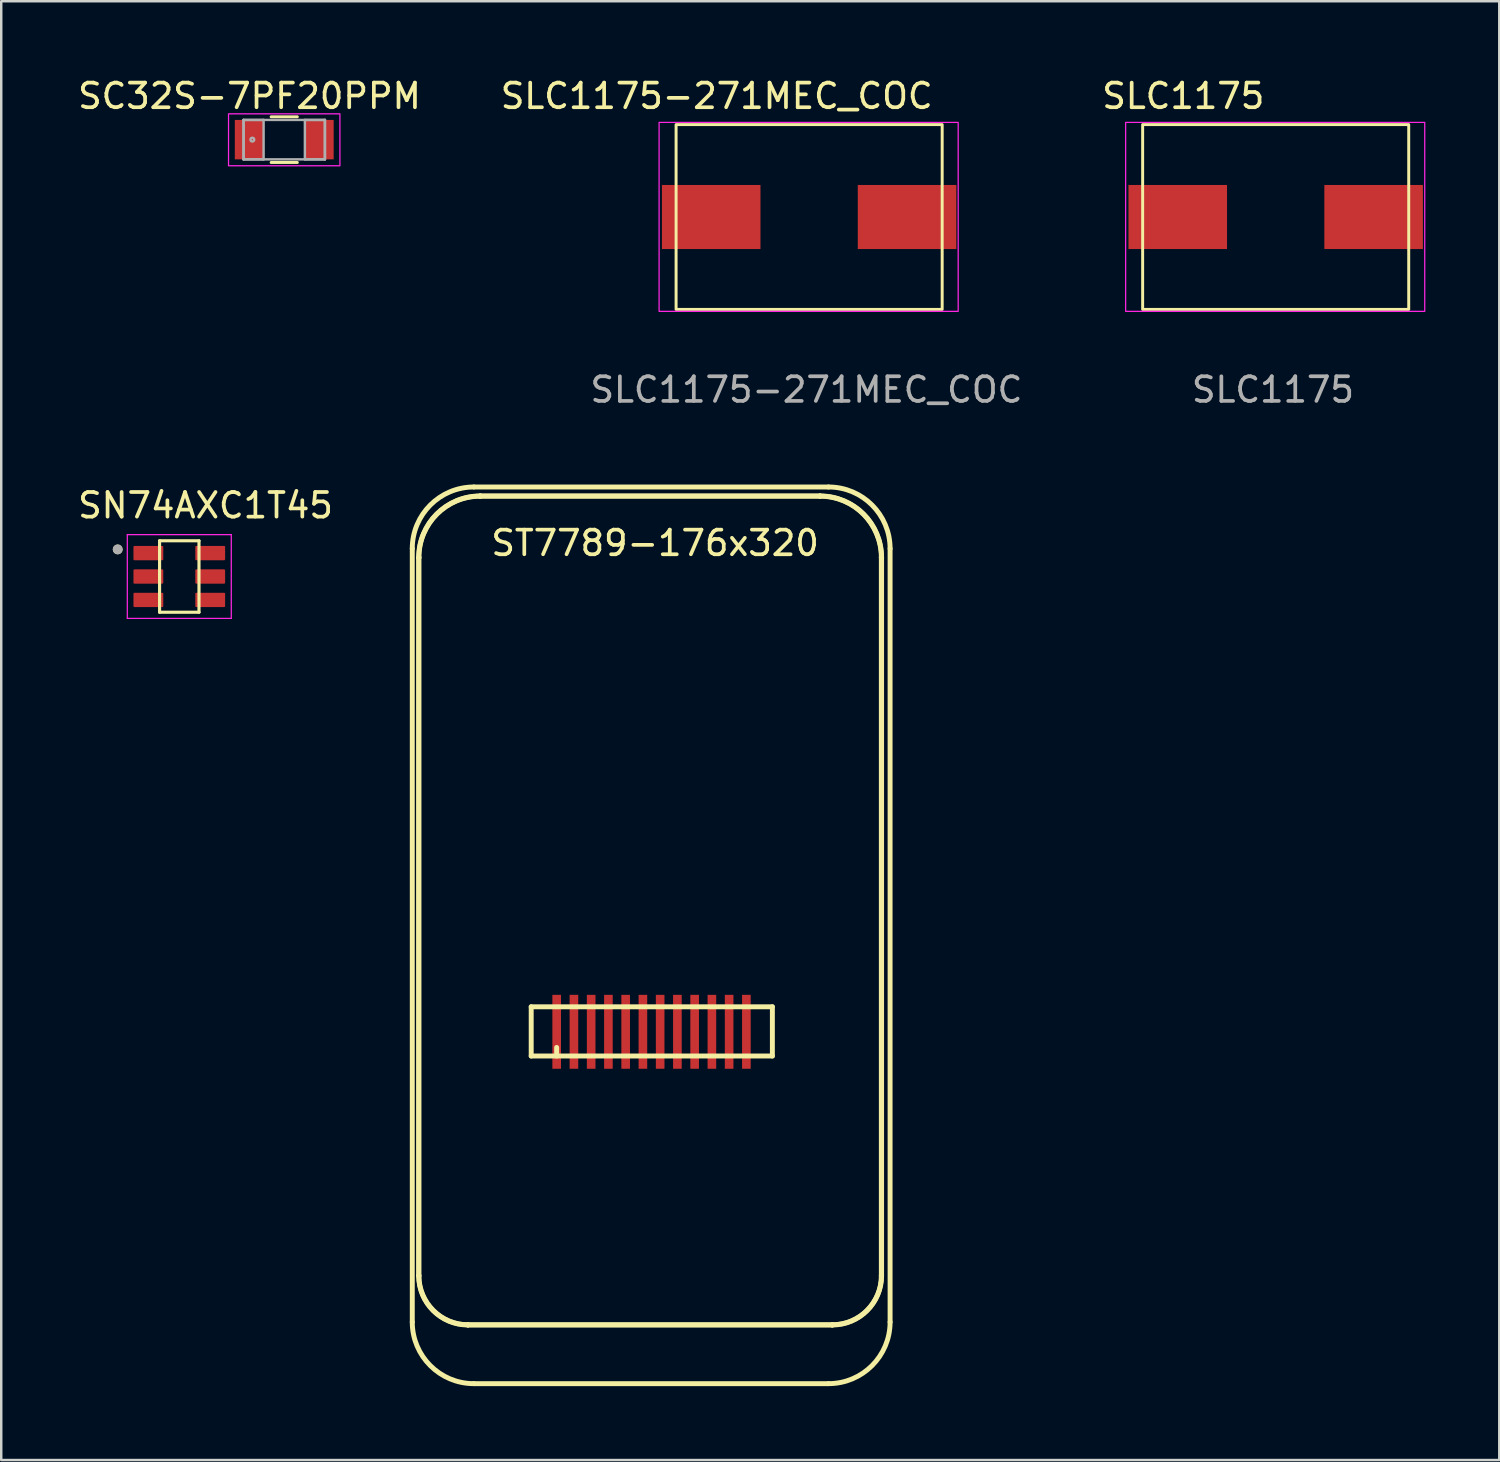
<source format=kicad_pcb>
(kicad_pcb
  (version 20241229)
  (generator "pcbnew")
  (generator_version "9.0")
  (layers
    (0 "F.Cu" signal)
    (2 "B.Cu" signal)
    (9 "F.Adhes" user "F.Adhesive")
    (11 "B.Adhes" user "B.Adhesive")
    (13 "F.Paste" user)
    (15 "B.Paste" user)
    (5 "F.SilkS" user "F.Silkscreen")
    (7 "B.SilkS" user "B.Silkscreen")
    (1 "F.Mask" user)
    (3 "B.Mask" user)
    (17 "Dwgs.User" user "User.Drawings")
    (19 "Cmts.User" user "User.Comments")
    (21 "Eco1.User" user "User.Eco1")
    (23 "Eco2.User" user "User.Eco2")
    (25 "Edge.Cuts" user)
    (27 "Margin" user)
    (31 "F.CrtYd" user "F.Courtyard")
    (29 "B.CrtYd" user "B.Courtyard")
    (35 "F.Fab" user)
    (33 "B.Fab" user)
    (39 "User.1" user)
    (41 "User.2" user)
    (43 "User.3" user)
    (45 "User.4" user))
  (footprint "ST7789-176x320"
    (layer "F.Cu")
    (at 23.456 42.219)
    (property "Reference" "ST7789-176x320" (at 0.084 -23.227 180) (layer "F.SilkS") (effects (font (size 1 1) (thickness 0.15))))
    (attr through_hole)
    (fp_line (start -9.772 -23.002) (end -9.772 8.392) (stroke (width 0.2) (type solid)) (layer "F.SilkS"))
    (fp_line (start -9.513 -22.639) (end -9.503 -22.639) (stroke (width 0.2) (type solid)) (layer "F.SilkS"))
    (fp_line (start -9.513 6.511) (end -9.513 -22.639) (stroke (width 0.2) (type solid)) (layer "F.SilkS"))
    (fp_line (start -9.503 -22.639) (end -9.503 6.511) (stroke (width 0.2) (type solid)) (layer "F.SilkS"))
    (fp_line (start -9.503 6.511) (end -9.513 6.511) (stroke (width 0.2) (type solid)) (layer "F.SilkS"))
    (fp_line (start -7.513 8.501) (end -7.513 8.511) (stroke (width 0.2) (type solid)) (layer "F.SilkS"))
    (fp_line (start -7.513 8.501) (end 7.277 8.501) (stroke (width 0.2) (type solid)) (layer "F.SilkS"))
    (fp_line (start -7.272 10.892) (end 7.122 10.892) (stroke (width 0.2) (type solid)) (layer "F.SilkS"))
    (fp_line (start -7.013 -25.139) (end -7.013 -25.129) (stroke (width 0.2) (type solid)) (layer "F.SilkS"))
    (fp_line (start -7.013 -25.139) (end 6.777 -25.139) (stroke (width 0.2) (type solid)) (layer "F.SilkS"))
    (fp_line (start -4.945 -4.405) (end -4.945 -2.406) (stroke (width 0.2) (type solid)) (layer "F.SilkS"))
    (fp_line (start -4.945 -4.405) (end 4.844 -4.405) (stroke (width 0.2) (type solid)) (layer "F.SilkS"))
    (fp_line (start -4.945 -2.406) (end 4.844 -2.406) (stroke (width 0.2) (type solid)) (layer "F.SilkS"))
    (fp_line (start -3.912 -2.406) (end -3.912 -2.754) (stroke (width 0.2) (type solid)) (layer "F.SilkS"))
    (fp_line (start 4.844 -4.405) (end 4.844 -2.406) (stroke (width 0.2) (type solid)) (layer "F.SilkS"))
    (fp_line (start 6.777 -25.139) (end 6.777 -25.129) (stroke (width 0.2) (type solid)) (layer "F.SilkS"))
    (fp_line (start 6.777 -25.129) (end -7.013 -25.129) (stroke (width 0.2) (type solid)) (layer "F.SilkS"))
    (fp_line (start 7.122 -25.502) (end -7.272 -25.502) (stroke (width 0.2) (type solid)) (layer "F.SilkS"))
    (fp_line (start 7.277 8.501) (end 7.277 8.511) (stroke (width 0.2) (type solid)) (layer "F.SilkS"))
    (fp_line (start 7.277 8.511) (end -7.513 8.511) (stroke (width 0.2) (type solid)) (layer "F.SilkS"))
    (fp_line (start 9.267 6.511) (end 9.267 -22.639) (stroke (width 0.2) (type solid)) (layer "F.SilkS"))
    (fp_line (start 9.267 6.511) (end 9.277 6.511) (stroke (width 0.2) (type solid)) (layer "F.SilkS"))
    (fp_line (start 9.277 -22.639) (end 9.267 -22.639) (stroke (width 0.2) (type solid)) (layer "F.SilkS"))
    (fp_line (start 9.277 -22.639) (end 9.277 6.511) (stroke (width 0.2) (type solid)) (layer "F.SilkS"))
    (fp_line (start 9.622 8.392) (end 9.622 -23.002) (stroke (width 0.2) (type solid)) (layer "F.SilkS"))
    (fp_arc (start -9.772351 -23.002297) (mid -9.040118 -24.770064) (end -7.272351 -25.502297) (stroke (width 0.2) (type solid)) (layer "F.SilkS"))
    (fp_arc (start -9.512575 -22.638944) (mid -8.780342 -24.40671) (end -7.012576 -25.138943) (stroke (width 0.2) (type solid)) (layer "F.SilkS"))
    (fp_arc (start -9.502575 -22.638944) (mid -8.773271 -24.399639) (end -7.012576 -25.128943) (stroke (width 0.2) (type solid)) (layer "F.SilkS"))
    (fp_arc (start -7.512576 8.501056) (mid -8.919718 7.918198) (end -9.502576 6.511056) (stroke (width 0.2) (type solid)) (layer "F.SilkS"))
    (fp_arc (start -7.512576 8.511056) (mid -8.92679 7.92527) (end -9.512576 6.511056) (stroke (width 0.2) (type solid)) (layer "F.SilkS"))
    (fp_arc (start -7.272351 10.892233) (mid -9.040118 10.16) (end -9.772351 8.392233) (stroke (width 0.2) (type solid)) (layer "F.SilkS"))
    (fp_arc (start 6.777424 -25.138944) (mid 8.545191 -24.406711) (end 9.277424 -22.638944) (stroke (width 0.2) (type solid)) (layer "F.SilkS"))
    (fp_arc (start 6.777424 -25.128944) (mid 8.53812 -24.39964) (end 9.267424 -22.638944) (stroke (width 0.2) (type solid)) (layer "F.SilkS"))
    (fp_arc (start 7.122233 -25.502297) (mid 8.89 -24.770064) (end 9.622233 -23.002297) (stroke (width 0.2) (type solid)) (layer "F.SilkS"))
    (fp_arc (start 9.267424 6.511056) (mid 8.684566 7.918198) (end 7.277424 8.501056) (stroke (width 0.2) (type solid)) (layer "F.SilkS"))
    (fp_arc (start 9.277424 6.511056) (mid 8.691638 7.92527) (end 7.277424 8.511056) (stroke (width 0.2) (type solid)) (layer "F.SilkS"))
    (fp_arc (start 9.622233 8.392233) (mid 8.89 10.16) (end 7.122233 10.892233) (stroke (width 0.2) (type solid)) (layer "F.SilkS"))
    (pad "1" smd rect (at 3.789 -3.389 180) (size 0.35 3) (layers "F.Cu" "F.Mask" "F.Paste"))
    (pad "2" smd rect (at 3.089 -3.389 180) (size 0.35 3) (layers "F.Cu" "F.Mask" "F.Paste"))
    (pad "3" smd rect (at 2.389 -3.389 180) (size 0.35 3) (layers "F.Cu" "F.Mask" "F.Paste"))
    (pad "4" smd rect (at 1.689 -3.389 180) (size 0.35 3) (layers "F.Cu" "F.Mask" "F.Paste"))
    (pad "5" smd rect (at 0.989 -3.389 180) (size 0.35 3) (layers "F.Cu" "F.Mask" "F.Paste"))
    (pad "6" smd rect (at 0.289 -3.389 180) (size 0.35 3) (layers "F.Cu" "F.Mask" "F.Paste"))
    (pad "7" smd rect (at -0.411 -3.389 180) (size 0.35 3) (layers "F.Cu" "F.Mask" "F.Paste"))
    (pad "8" smd rect (at -1.111 -3.389 180) (size 0.35 3) (layers "F.Cu" "F.Mask" "F.Paste"))
    (pad "9" smd rect (at -1.811 -3.389 180) (size 0.35 3) (layers "F.Cu" "F.Mask" "F.Paste"))
    (pad "10" smd rect (at -2.511 -3.389 180) (size 0.35 3) (layers "F.Cu" "F.Mask" "F.Paste"))
    (pad "11" smd rect (at -3.211 -3.389 180) (size 0.35 3) (layers "F.Cu" "F.Mask" "F.Paste"))
    (pad "12" smd rect (at -3.911 -3.389 180) (size 0.35 3) (layers "F.Cu" "F.Mask" "F.Paste")))
  (footprint "SLC1175-271MEC_COC"
    (layer "F.Cu")
    (at 29.792 5.758)
    (property "Reference" "SLC1175-271MEC_COC" (at -3.75 -4.91 0) (unlocked yes) (layer "F.SilkS") (effects (font (size 1 1) (thickness 0.15))))
    (attr smd)
    (fp_rect (start -5.4 -3.75) (end 5.4 3.75) (stroke (width 0.12) (type default)) (fill no) (layer "F.SilkS"))
    (fp_rect (start -6.09 -3.84) (end 6.05 3.83) (stroke (width 0.05) (type default)) (fill no) (layer "F.CrtYd"))
    (fp_text user "${REFERENCE}" (at -0.11 7.01 0) (unlocked yes) (layer "F.Fab") (effects (font (size 1 1) (thickness 0.15))))
    (pad "1" smd rect (at -3.975 0 90) (size 2.6 4) (layers "F.Cu" "F.Mask" "F.Paste"))
    (pad "2" smd rect (at 3.975 0 90) (size 2.6 4) (layers "F.Cu" "F.Mask" "F.Paste")))
  (footprint "SLC1175"
    (layer "F.Cu")
    (at 48.729 5.758)
    (property "Reference" "SLC1175" (at -3.75 -4.91 0) (unlocked yes) (layer "F.SilkS") (effects (font (size 1 1) (thickness 0.15))))
    (attr smd)
    (fp_rect (start -5.4 -3.75) (end 5.4 3.75) (stroke (width 0.12) (type default)) (fill no) (layer "F.SilkS"))
    (fp_rect (start -6.09 -3.84) (end 6.05 3.83) (stroke (width 0.05) (type default)) (fill no) (layer "F.CrtYd"))
    (fp_text user "${REFERENCE}" (at -0.11 7.01 0) (unlocked yes) (layer "F.Fab") (effects (font (size 1 1) (thickness 0.15))))
    (pad "1" smd rect (at -3.975 0 90) (size 2.6 4) (layers "F.Cu" "F.Mask" "F.Paste"))
    (pad "2" smd rect (at 3.975 0 90) (size 2.6 4) (layers "F.Cu" "F.Mask" "F.Paste")))
  (footprint "SC32S-7PF20PPM"
    (layer "F.Cu")
    (at 8.487 2.618)
    (property "Reference" "SC32S-7PF20PPM" (at -1.41 -1.77 0) (layer "F.SilkS") (effects (font (size 1 1) (thickness 0.15))))
    (attr through_hole)
    (fp_line (start -0.531 0.927) (end 0.531 0.927) (stroke (width 0.12) (type solid)) (layer "F.SilkS"))
    (fp_line (start 0.531 -0.927) (end -0.531 -0.927) (stroke (width 0.12) (type solid)) (layer "F.SilkS"))
    (fp_rect (start -2.261 -1.048) (end 2.26 1.06) (stroke (width 0.05) (type solid)) (fill no) (layer "F.CrtYd"))
    (fp_line (start -1.651 -0.8) (end -1.651 0.8) (stroke (width 0.1) (type solid)) (layer "F.Fab"))
    (fp_line (start -1.651 -0.8) (end -1.651 0.8) (stroke (width 0.1) (type solid)) (layer "F.Fab"))
    (fp_line (start -1.651 0.8) (end -0.838 0.8) (stroke (width 0.1) (type solid)) (layer "F.Fab"))
    (fp_line (start -1.651 0.8) (end 1.651 0.8) (stroke (width 0.1) (type solid)) (layer "F.Fab"))
    (fp_line (start -0.838 -0.8) (end -1.651 -0.8) (stroke (width 0.1) (type solid)) (layer "F.Fab"))
    (fp_line (start -0.838 0.8) (end -0.838 -0.8) (stroke (width 0.1) (type solid)) (layer "F.Fab"))
    (fp_line (start 0.838 -0.8) (end 0.838 0.8) (stroke (width 0.1) (type solid)) (layer "F.Fab"))
    (fp_line (start 0.838 0.8) (end 1.651 0.8) (stroke (width 0.1) (type solid)) (layer "F.Fab"))
    (fp_line (start 1.651 -0.8) (end -1.651 -0.8) (stroke (width 0.1) (type solid)) (layer "F.Fab"))
    (fp_line (start 1.651 -0.8) (end 0.838 -0.8) (stroke (width 0.1) (type solid)) (layer "F.Fab"))
    (fp_line (start 1.651 0.8) (end 1.651 -0.8) (stroke (width 0.1) (type solid)) (layer "F.Fab"))
    (fp_line (start 1.651 0.8) (end 1.651 -0.8) (stroke (width 0.1) (type solid)) (layer "F.Fab"))
    (fp_circle (center -1.295 0) (end -1.219 0) (stroke (width 0.1) (type solid)) (fill no) (layer "F.Fab"))
    (pad "1" smd rect (at -1.422 0) (size 1.168 1.6) (layers "F.Cu" "F.Mask" "F.Paste"))
    (pad "2" smd rect (at 1.422 0) (size 1.168 1.6) (layers "F.Cu" "F.Mask" "F.Paste")))
  (footprint "SN74AXC1T45"
    (layer "F.Cu")
    (at 4.227 20.35)
    (property "Reference" "SN74AXC1T45" (at 1.065 -2.885 0) (layer "F.SilkS") (effects (font (size 1 1) (thickness 0.15))))
    (attr through_hole)
    (fp_line (start -0.8 -1.45) (end 0.8 -1.45) (stroke (width 0.127) (type solid)) (layer "F.SilkS"))
    (fp_line (start -0.8 1.45) (end -0.8 -1.45) (stroke (width 0.127) (type solid)) (layer "F.SilkS"))
    (fp_line (start 0.8 -1.45) (end 0.8 1.45) (stroke (width 0.127) (type solid)) (layer "F.SilkS"))
    (fp_line (start 0.8 1.45) (end -0.8 1.45) (stroke (width 0.127) (type solid)) (layer "F.SilkS"))
    (fp_circle (center -2.5 -1.1) (end -2.4 -1.1) (stroke (width 0.2) (type solid)) (fill no) (layer "F.SilkS"))
    (fp_line (start -2.11 -1.7) (end -2.11 1.7) (stroke (width 0.05) (type solid)) (layer "F.CrtYd"))
    (fp_line (start -2.11 1.7) (end 2.11 1.7) (stroke (width 0.05) (type solid)) (layer "F.CrtYd"))
    (fp_line (start 2.11 -1.7) (end -2.11 -1.7) (stroke (width 0.05) (type solid)) (layer "F.CrtYd"))
    (fp_line (start 2.11 1.7) (end 2.11 -1.7) (stroke (width 0.05) (type solid)) (layer "F.CrtYd"))
    (fp_circle (center -2.5 -1.1) (end -2.4 -1.1) (stroke (width 0.2) (type solid)) (fill no) (layer "F.Fab"))
    (pad "1" smd roundrect (at -1.255 -0.95) (size 1.21 0.58) (layers "F.Cu" "F.Mask" "F.Paste") (roundrect_rratio 0.07))
    (pad "2" smd roundrect (at -1.255 0) (size 1.21 0.58) (layers "F.Cu" "F.Mask" "F.Paste") (roundrect_rratio 0.07))
    (pad "3" smd roundrect (at -1.255 0.95) (size 1.21 0.58) (layers "F.Cu" "F.Mask" "F.Paste") (roundrect_rratio 0.07))
    (pad "4" smd roundrect (at 1.255 0.95) (size 1.21 0.58) (layers "F.Cu" "F.Mask" "F.Paste") (roundrect_rratio 0.07))
    (pad "5" smd roundrect (at 1.255 0) (size 1.21 0.58) (layers "F.Cu" "F.Mask" "F.Paste") (roundrect_rratio 0.07))
    (pad "6" smd roundrect (at 1.255 -0.95) (size 1.21 0.58) (layers "F.Cu" "F.Mask" "F.Paste") (roundrect_rratio 0.07)))
  (gr_rect
    (start -3 -3)
    (end 57.804 56.211)
    (stroke (width 0.1) (type default))
    (fill no)
    (layer "Edge.Cuts")))
</source>
